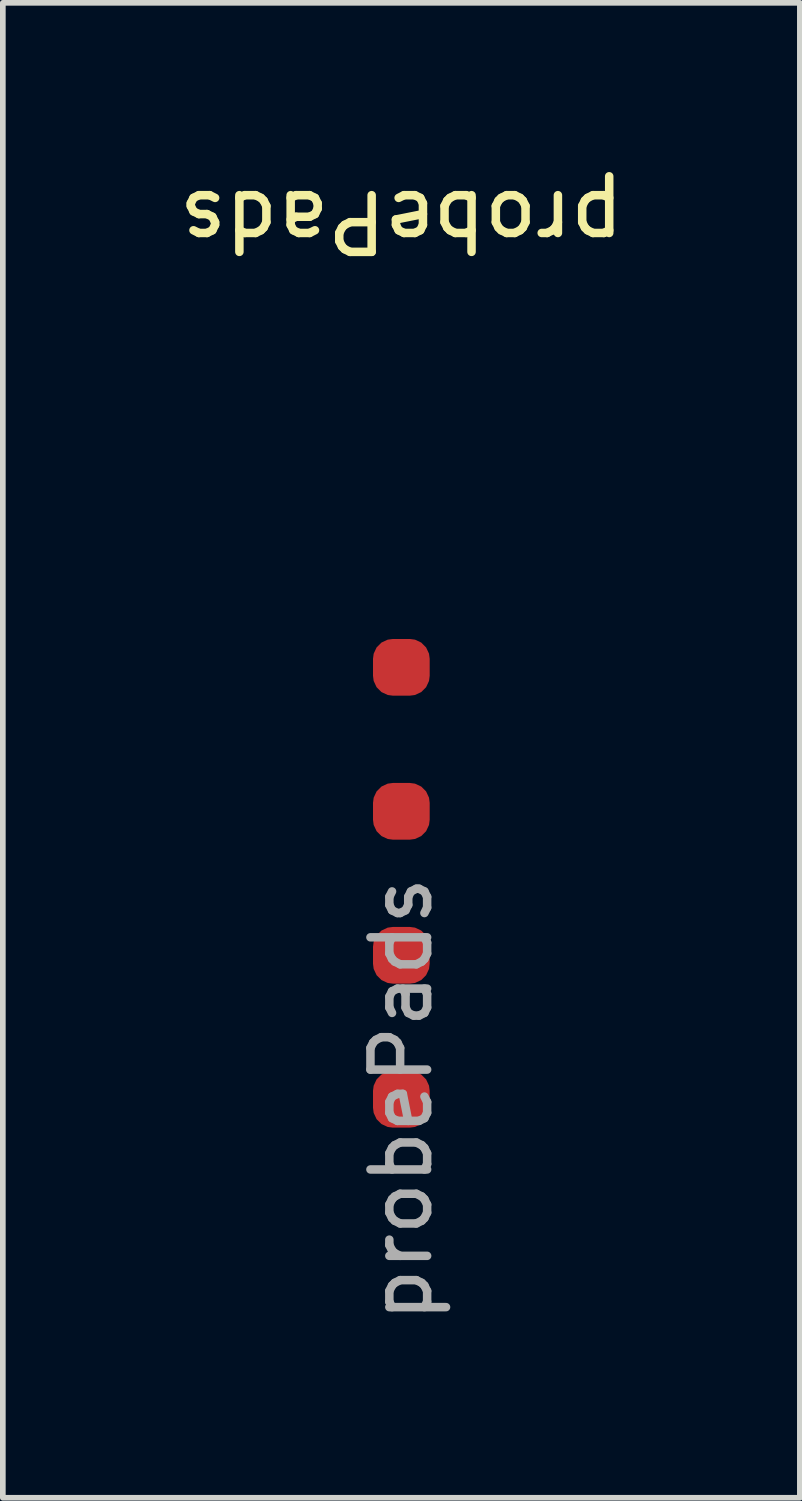
<source format=kicad_pcb>
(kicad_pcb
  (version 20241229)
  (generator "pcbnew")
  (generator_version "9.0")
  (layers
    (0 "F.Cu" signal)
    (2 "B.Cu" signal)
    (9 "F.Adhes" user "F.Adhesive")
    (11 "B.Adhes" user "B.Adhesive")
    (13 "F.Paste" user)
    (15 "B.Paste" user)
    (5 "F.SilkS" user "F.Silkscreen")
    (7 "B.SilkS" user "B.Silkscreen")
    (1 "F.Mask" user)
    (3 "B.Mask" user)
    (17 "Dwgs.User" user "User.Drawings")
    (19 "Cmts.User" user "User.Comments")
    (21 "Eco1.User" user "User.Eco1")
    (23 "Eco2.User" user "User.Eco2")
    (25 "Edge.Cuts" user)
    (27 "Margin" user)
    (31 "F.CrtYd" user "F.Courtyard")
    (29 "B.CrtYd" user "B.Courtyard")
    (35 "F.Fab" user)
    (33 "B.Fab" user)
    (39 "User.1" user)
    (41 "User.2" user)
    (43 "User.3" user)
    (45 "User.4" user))
  (footprint "probePads"
    (layer "F.Cu")
    (at 4.03 12.532)
    (property "Reference" "probePads" (at 0 -11.684 180) (unlocked yes) (layer "F.SilkS") (effects (font (size 1 1) (thickness 0.15))))
    (attr smd)
    (fp_text user "${REFERENCE}" (at 0 3.81 270) (layer "F.Fab") (effects (font (size 1 1) (thickness 0.15))))
    (pad "1" smd roundrect (at 0 -3.81 270) (size 1 1) (layers "F.Cu" "F.Mask" "F.Paste") (roundrect_rratio 0.35))
    (pad "2" smd roundrect (at 0 -1.27 270) (size 1 1) (layers "F.Cu" "F.Mask" "F.Paste") (roundrect_rratio 0.35))
    (pad "3" smd roundrect (at 0 1.27 270) (size 1 1) (layers "F.Cu" "F.Mask" "F.Paste") (roundrect_rratio 0.35))
    (pad "4" smd roundrect (at 0 3.81 270) (size 1 1) (layers "F.Cu" "F.Mask" "F.Paste") (roundrect_rratio 0.35)))
  (gr_rect
    (start -3 -3)
    (end 11.06 23.372)
    (stroke (width 0.1) (type default))
    (fill no)
    (layer "Edge.Cuts")))
</source>
